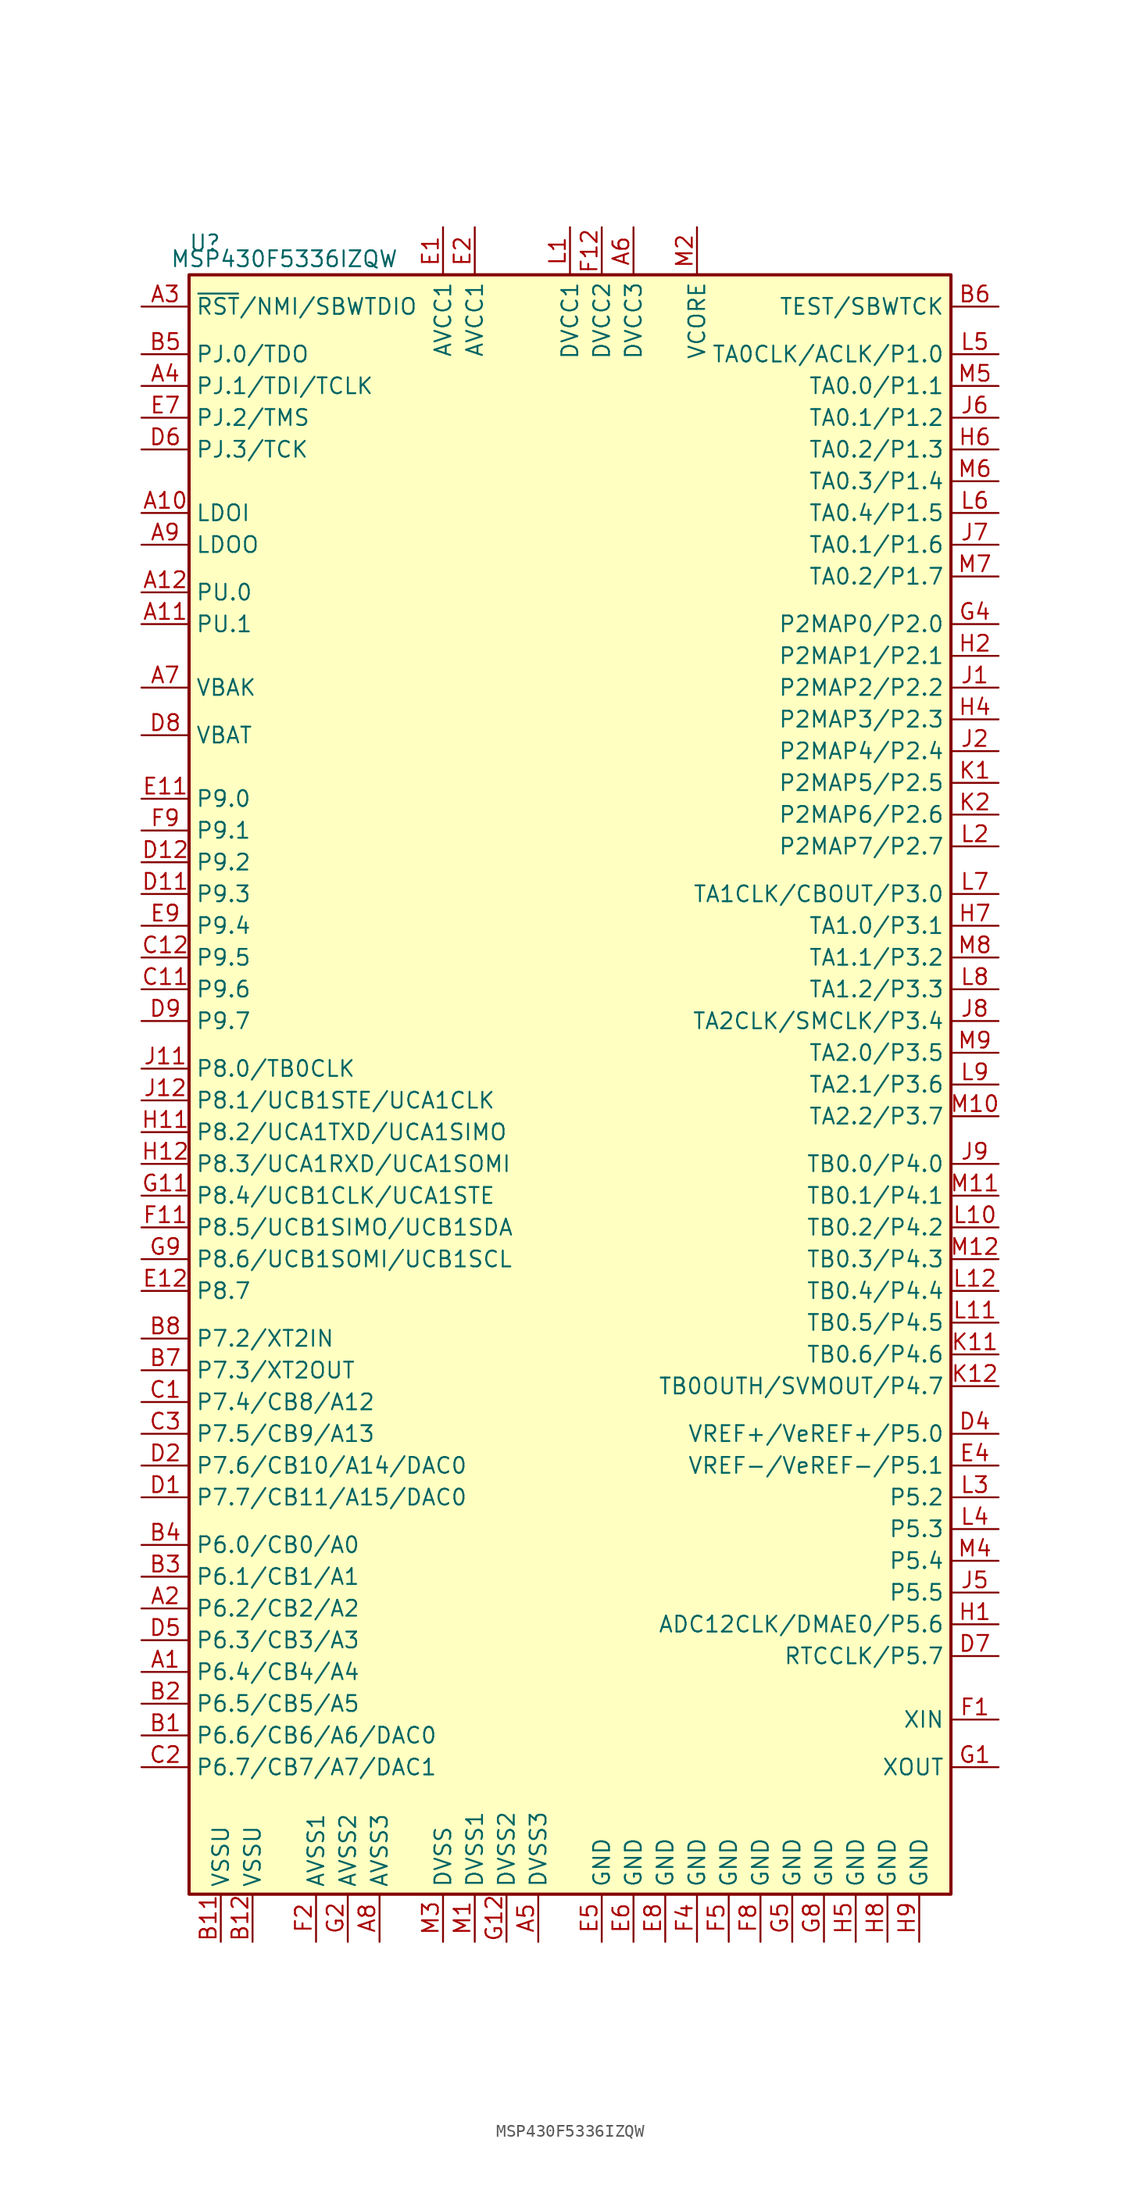
<source format=kicad_sym>
(kicad_symbol_lib
  (version 20201005)
  (generator kicad_symbol_editor)
  (symbol "MSP430F5336IZQW"
    (property "Reference" "U"
      (at -29.21 67.31 0)
      (effects (font (size 1.27 1.27))))
    (property "Value" "MSP430F5336IZQW"
      (at -22.86 66.04 0)
      (effects (font (size 1.27 1.27))))
    (symbol "MSP430F5336IZQW_0_1"
      (rectangle (start -30.48 64.77) (end 30.48 -64.77) (stroke (width 0.254)) (fill (type background))))
    (symbol "MSP430F5336IZQW_1_1"
      (pin bidirectional line (at -34.29 -46.99 0) (length 3.81) (name "P6.4/CB4/A4" (effects (font (size 1.27 1.27)))) (number "A1" (effects (font (size 1.27 1.27)))))
      (pin bidirectional line (at -34.29 45.72 0) (length 3.81) (name "LDOI" (effects (font (size 1.27 1.27)))) (number "A10" (effects (font (size 1.27 1.27)))))
      (pin bidirectional line (at -34.29 36.83 0) (length 3.81) (name "PU.1" (effects (font (size 1.27 1.27)))) (number "A11" (effects (font (size 1.27 1.27)))))
      (pin bidirectional line (at -34.29 39.37 0) (length 3.81) (name "PU.0" (effects (font (size 1.27 1.27)))) (number "A12" (effects (font (size 1.27 1.27)))))
      (pin bidirectional line (at -34.29 -41.91 0) (length 3.81) (name "P6.2/CB2/A2" (effects (font (size 1.27 1.27)))) (number "A2" (effects (font (size 1.27 1.27)))))
      (pin input line (at -34.29 62.23 0) (length 3.81) (name "~RST~/NMI/SBWTDIO" (effects (font (size 1.27 1.27)))) (number "A3" (effects (font (size 1.27 1.27)))))
      (pin bidirectional line (at -34.29 55.88 0) (length 3.81) (name "PJ.1/TDI/TCLK" (effects (font (size 1.27 1.27)))) (number "A4" (effects (font (size 1.27 1.27)))))
      (pin power_in line (at -2.54 -68.58 90) (length 3.81) (name "DVSS3" (effects (font (size 1.27 1.27)))) (number "A5" (effects (font (size 1.27 1.27)))))
      (pin power_in line (at 5.08 68.58 270) (length 3.81) (name "DVCC3" (effects (font (size 1.27 1.27)))) (number "A6" (effects (font (size 1.27 1.27)))))
      (pin bidirectional line (at -34.29 31.75 0) (length 3.81) (name "VBAK" (effects (font (size 1.27 1.27)))) (number "A7" (effects (font (size 1.27 1.27)))))
      (pin power_in line (at -15.24 -68.58 90) (length 3.81) (name "AVSS3" (effects (font (size 1.27 1.27)))) (number "A8" (effects (font (size 1.27 1.27)))))
      (pin bidirectional line (at -34.29 43.18 0) (length 3.81) (name "LDOO" (effects (font (size 1.27 1.27)))) (number "A9" (effects (font (size 1.27 1.27)))))
      (pin bidirectional line (at -34.29 -52.07 0) (length 3.81) (name "P6.6/CB6/A6/DAC0" (effects (font (size 1.27 1.27)))) (number "B1" (effects (font (size 1.27 1.27)))))
      (pin power_in line (at -27.94 -68.58 90) (length 3.81) (name "VSSU" (effects (font (size 1.27 1.27)))) (number "B11" (effects (font (size 1.27 1.27)))))
      (pin power_in line (at -25.4 -68.58 90) (length 3.81) (name "VSSU" (effects (font (size 1.27 1.27)))) (number "B12" (effects (font (size 1.27 1.27)))))
      (pin bidirectional line (at -34.29 -49.53 0) (length 3.81) (name "P6.5/CB5/A5" (effects (font (size 1.27 1.27)))) (number "B2" (effects (font (size 1.27 1.27)))))
      (pin bidirectional line (at -34.29 -39.37 0) (length 3.81) (name "P6.1/CB1/A1" (effects (font (size 1.27 1.27)))) (number "B3" (effects (font (size 1.27 1.27)))))
      (pin bidirectional line (at -34.29 -36.83 0) (length 3.81) (name "P6.0/CB0/A0" (effects (font (size 1.27 1.27)))) (number "B4" (effects (font (size 1.27 1.27)))))
      (pin bidirectional line (at -34.29 58.42 0) (length 3.81) (name "PJ.0/TDO" (effects (font (size 1.27 1.27)))) (number "B5" (effects (font (size 1.27 1.27)))))
      (pin input line (at 34.29 62.23 180) (length 3.81) (name "TEST/SBWTCK" (effects (font (size 1.27 1.27)))) (number "B6" (effects (font (size 1.27 1.27)))))
      (pin bidirectional line (at -34.29 -22.86 0) (length 3.81) (name "P7.3/XT2OUT" (effects (font (size 1.27 1.27)))) (number "B7" (effects (font (size 1.27 1.27)))))
      (pin bidirectional line (at -34.29 -20.32 0) (length 3.81) (name "P7.2/XT2IN" (effects (font (size 1.27 1.27)))) (number "B8" (effects (font (size 1.27 1.27)))))
      (pin bidirectional line (at -34.29 -25.4 0) (length 3.81) (name "P7.4/CB8/A12" (effects (font (size 1.27 1.27)))) (number "C1" (effects (font (size 1.27 1.27)))))
      (pin bidirectional line (at -34.29 7.62 0) (length 3.81) (name "P9.6" (effects (font (size 1.27 1.27)))) (number "C11" (effects (font (size 1.27 1.27)))))
      (pin bidirectional line (at -34.29 10.16 0) (length 3.81) (name "P9.5" (effects (font (size 1.27 1.27)))) (number "C12" (effects (font (size 1.27 1.27)))))
      (pin bidirectional line (at -34.29 -54.61 0) (length 3.81) (name "P6.7/CB7/A7/DAC1" (effects (font (size 1.27 1.27)))) (number "C2" (effects (font (size 1.27 1.27)))))
      (pin bidirectional line (at -34.29 -27.94 0) (length 3.81) (name "P7.5/CB9/A13" (effects (font (size 1.27 1.27)))) (number "C3" (effects (font (size 1.27 1.27)))))
      (pin bidirectional line (at -34.29 -33.02 0) (length 3.81) (name "P7.7/CB11/A15/DAC0" (effects (font (size 1.27 1.27)))) (number "D1" (effects (font (size 1.27 1.27)))))
      (pin bidirectional line (at -34.29 15.24 0) (length 3.81) (name "P9.3" (effects (font (size 1.27 1.27)))) (number "D11" (effects (font (size 1.27 1.27)))))
      (pin bidirectional line (at -34.29 17.78 0) (length 3.81) (name "P9.2" (effects (font (size 1.27 1.27)))) (number "D12" (effects (font (size 1.27 1.27)))))
      (pin bidirectional line (at -34.29 -30.48 0) (length 3.81) (name "P7.6/CB10/A14/DAC0" (effects (font (size 1.27 1.27)))) (number "D2" (effects (font (size 1.27 1.27)))))
      (pin bidirectional line (at 34.29 -27.94 180) (length 3.81) (name "VREF+/VeREF+/P5.0" (effects (font (size 1.27 1.27)))) (number "D4" (effects (font (size 1.27 1.27)))))
      (pin bidirectional line (at -34.29 -44.45 0) (length 3.81) (name "P6.3/CB3/A3" (effects (font (size 1.27 1.27)))) (number "D5" (effects (font (size 1.27 1.27)))))
      (pin bidirectional line (at -34.29 50.8 0) (length 3.81) (name "PJ.3/TCK" (effects (font (size 1.27 1.27)))) (number "D6" (effects (font (size 1.27 1.27)))))
      (pin bidirectional line (at 34.29 -45.72 180) (length 3.81) (name "RTCCLK/P5.7" (effects (font (size 1.27 1.27)))) (number "D7" (effects (font (size 1.27 1.27)))))
      (pin bidirectional line (at -34.29 27.94 0) (length 3.81) (name "VBAT" (effects (font (size 1.27 1.27)))) (number "D8" (effects (font (size 1.27 1.27)))))
      (pin bidirectional line (at -34.29 5.08 0) (length 3.81) (name "P9.7" (effects (font (size 1.27 1.27)))) (number "D9" (effects (font (size 1.27 1.27)))))
      (pin power_in line (at -10.16 68.58 270) (length 3.81) (name "AVCC1" (effects (font (size 1.27 1.27)))) (number "E1" (effects (font (size 1.27 1.27)))))
      (pin bidirectional line (at -34.29 22.86 0) (length 3.81) (name "P9.0" (effects (font (size 1.27 1.27)))) (number "E11" (effects (font (size 1.27 1.27)))))
      (pin bidirectional line (at -34.29 -16.51 0) (length 3.81) (name "P8.7" (effects (font (size 1.27 1.27)))) (number "E12" (effects (font (size 1.27 1.27)))))
      (pin power_in line (at -7.62 68.58 270) (length 3.81) (name "AVCC1" (effects (font (size 1.27 1.27)))) (number "E2" (effects (font (size 1.27 1.27)))))
      (pin bidirectional line (at 34.29 -30.48 180) (length 3.81) (name "VREF-/VeREF-/P5.1" (effects (font (size 1.27 1.27)))) (number "E4" (effects (font (size 1.27 1.27)))))
      (pin power_in line (at 2.54 -68.58 90) (length 3.81) (name "GND" (effects (font (size 1.27 1.27)))) (number "E5" (effects (font (size 1.27 1.27)))))
      (pin power_in line (at 5.08 -68.58 90) (length 3.81) (name "GND" (effects (font (size 1.27 1.27)))) (number "E6" (effects (font (size 1.27 1.27)))))
      (pin bidirectional line (at -34.29 53.34 0) (length 3.81) (name "PJ.2/TMS" (effects (font (size 1.27 1.27)))) (number "E7" (effects (font (size 1.27 1.27)))))
      (pin power_in line (at 7.62 -68.58 90) (length 3.81) (name "GND" (effects (font (size 1.27 1.27)))) (number "E8" (effects (font (size 1.27 1.27)))))
      (pin bidirectional line (at -34.29 12.7 0) (length 3.81) (name "P9.4" (effects (font (size 1.27 1.27)))) (number "E9" (effects (font (size 1.27 1.27)))))
      (pin bidirectional line (at 34.29 -50.8 180) (length 3.81) (name "XIN" (effects (font (size 1.27 1.27)))) (number "F1" (effects (font (size 1.27 1.27)))))
      (pin bidirectional line (at -34.29 -11.43 0) (length 3.81) (name "P8.5/UCB1SIMO/UCB1SDA" (effects (font (size 1.27 1.27)))) (number "F11" (effects (font (size 1.27 1.27)))))
      (pin power_in line (at 2.54 68.58 270) (length 3.81) (name "DVCC2" (effects (font (size 1.27 1.27)))) (number "F12" (effects (font (size 1.27 1.27)))))
      (pin power_in line (at -20.32 -68.58 90) (length 3.81) (name "AVSS1" (effects (font (size 1.27 1.27)))) (number "F2" (effects (font (size 1.27 1.27)))))
      (pin power_in line (at 10.16 -68.58 90) (length 3.81) (name "GND" (effects (font (size 1.27 1.27)))) (number "F4" (effects (font (size 1.27 1.27)))))
      (pin power_in line (at 12.7 -68.58 90) (length 3.81) (name "GND" (effects (font (size 1.27 1.27)))) (number "F5" (effects (font (size 1.27 1.27)))))
      (pin power_in line (at 15.24 -68.58 90) (length 3.81) (name "GND" (effects (font (size 1.27 1.27)))) (number "F8" (effects (font (size 1.27 1.27)))))
      (pin bidirectional line (at -34.29 20.32 0) (length 3.81) (name "P9.1" (effects (font (size 1.27 1.27)))) (number "F9" (effects (font (size 1.27 1.27)))))
      (pin bidirectional line (at 34.29 -54.61 180) (length 3.81) (name "XOUT" (effects (font (size 1.27 1.27)))) (number "G1" (effects (font (size 1.27 1.27)))))
      (pin bidirectional line (at -34.29 -8.89 0) (length 3.81) (name "P8.4/UCB1CLK/UCA1STE" (effects (font (size 1.27 1.27)))) (number "G11" (effects (font (size 1.27 1.27)))))
      (pin power_in line (at -5.08 -68.58 90) (length 3.81) (name "DVSS2" (effects (font (size 1.27 1.27)))) (number "G12" (effects (font (size 1.27 1.27)))))
      (pin power_in line (at -17.78 -68.58 90) (length 3.81) (name "AVSS2" (effects (font (size 1.27 1.27)))) (number "G2" (effects (font (size 1.27 1.27)))))
      (pin bidirectional line (at 34.29 36.83 180) (length 3.81) (name "P2MAP0/P2.0" (effects (font (size 1.27 1.27)))) (number "G4" (effects (font (size 1.27 1.27)))))
      (pin power_in line (at 17.78 -68.58 90) (length 3.81) (name "GND" (effects (font (size 1.27 1.27)))) (number "G5" (effects (font (size 1.27 1.27)))))
      (pin power_in line (at 20.32 -68.58 90) (length 3.81) (name "GND" (effects (font (size 1.27 1.27)))) (number "G8" (effects (font (size 1.27 1.27)))))
      (pin bidirectional line (at -34.29 -13.97 0) (length 3.81) (name "P8.6/UCB1SOMI/UCB1SCL" (effects (font (size 1.27 1.27)))) (number "G9" (effects (font (size 1.27 1.27)))))
      (pin bidirectional line (at 34.29 -43.18 180) (length 3.81) (name "ADC12CLK/DMAE0/P5.6" (effects (font (size 1.27 1.27)))) (number "H1" (effects (font (size 1.27 1.27)))))
      (pin bidirectional line (at -34.29 -3.81 0) (length 3.81) (name "P8.2/UCA1TXD/UCA1SIMO" (effects (font (size 1.27 1.27)))) (number "H11" (effects (font (size 1.27 1.27)))))
      (pin bidirectional line (at -34.29 -6.35 0) (length 3.81) (name "P8.3/UCA1RXD/UCA1SOMI" (effects (font (size 1.27 1.27)))) (number "H12" (effects (font (size 1.27 1.27)))))
      (pin bidirectional line (at 34.29 34.29 180) (length 3.81) (name "P2MAP1/P2.1" (effects (font (size 1.27 1.27)))) (number "H2" (effects (font (size 1.27 1.27)))))
      (pin bidirectional line (at 34.29 29.21 180) (length 3.81) (name "P2MAP3/P2.3" (effects (font (size 1.27 1.27)))) (number "H4" (effects (font (size 1.27 1.27)))))
      (pin power_in line (at 22.86 -68.58 90) (length 3.81) (name "GND" (effects (font (size 1.27 1.27)))) (number "H5" (effects (font (size 1.27 1.27)))))
      (pin bidirectional line (at 34.29 50.8 180) (length 3.81) (name "TA0.2/P1.3" (effects (font (size 1.27 1.27)))) (number "H6" (effects (font (size 1.27 1.27)))))
      (pin bidirectional line (at 34.29 12.7 180) (length 3.81) (name "TA1.0/P3.1" (effects (font (size 1.27 1.27)))) (number "H7" (effects (font (size 1.27 1.27)))))
      (pin power_in line (at 25.4 -68.58 90) (length 3.81) (name "GND" (effects (font (size 1.27 1.27)))) (number "H8" (effects (font (size 1.27 1.27)))))
      (pin power_in line (at 27.94 -68.58 90) (length 3.81) (name "GND" (effects (font (size 1.27 1.27)))) (number "H9" (effects (font (size 1.27 1.27)))))
      (pin bidirectional line (at 34.29 31.75 180) (length 3.81) (name "P2MAP2/P2.2" (effects (font (size 1.27 1.27)))) (number "J1" (effects (font (size 1.27 1.27)))))
      (pin bidirectional line (at -34.29 1.27 0) (length 3.81) (name "P8.0/TB0CLK" (effects (font (size 1.27 1.27)))) (number "J11" (effects (font (size 1.27 1.27)))))
      (pin bidirectional line (at -34.29 -1.27 0) (length 3.81) (name "P8.1/UCB1STE/UCA1CLK" (effects (font (size 1.27 1.27)))) (number "J12" (effects (font (size 1.27 1.27)))))
      (pin bidirectional line (at 34.29 26.67 180) (length 3.81) (name "P2MAP4/P2.4" (effects (font (size 1.27 1.27)))) (number "J2" (effects (font (size 1.27 1.27)))))
      (pin bidirectional line (at 34.29 -40.64 180) (length 3.81) (name "P5.5" (effects (font (size 1.27 1.27)))) (number "J5" (effects (font (size 1.27 1.27)))))
      (pin bidirectional line (at 34.29 53.34 180) (length 3.81) (name "TA0.1/P1.2" (effects (font (size 1.27 1.27)))) (number "J6" (effects (font (size 1.27 1.27)))))
      (pin bidirectional line (at 34.29 43.18 180) (length 3.81) (name "TA0.1/P1.6" (effects (font (size 1.27 1.27)))) (number "J7" (effects (font (size 1.27 1.27)))))
      (pin bidirectional line (at 34.29 5.08 180) (length 3.81) (name "TA2CLK/SMCLK/P3.4" (effects (font (size 1.27 1.27)))) (number "J8" (effects (font (size 1.27 1.27)))))
      (pin bidirectional line (at 34.29 -6.35 180) (length 3.81) (name "TB0.0/P4.0" (effects (font (size 1.27 1.27)))) (number "J9" (effects (font (size 1.27 1.27)))))
      (pin bidirectional line (at 34.29 24.13 180) (length 3.81) (name "P2MAP5/P2.5" (effects (font (size 1.27 1.27)))) (number "K1" (effects (font (size 1.27 1.27)))))
      (pin bidirectional line (at 34.29 -21.59 180) (length 3.81) (name "TB0.6/P4.6" (effects (font (size 1.27 1.27)))) (number "K11" (effects (font (size 1.27 1.27)))))
      (pin bidirectional line (at 34.29 -24.13 180) (length 3.81) (name "TB0OUTH/SVMOUT/P4.7" (effects (font (size 1.27 1.27)))) (number "K12" (effects (font (size 1.27 1.27)))))
      (pin bidirectional line (at 34.29 21.59 180) (length 3.81) (name "P2MAP6/P2.6" (effects (font (size 1.27 1.27)))) (number "K2" (effects (font (size 1.27 1.27)))))
      (pin power_in line (at 0 68.58 270) (length 3.81) (name "DVCC1" (effects (font (size 1.27 1.27)))) (number "L1" (effects (font (size 1.27 1.27)))))
      (pin bidirectional line (at 34.29 -11.43 180) (length 3.81) (name "TB0.2/P4.2" (effects (font (size 1.27 1.27)))) (number "L10" (effects (font (size 1.27 1.27)))))
      (pin bidirectional line (at 34.29 -19.05 180) (length 3.81) (name "TB0.5/P4.5" (effects (font (size 1.27 1.27)))) (number "L11" (effects (font (size 1.27 1.27)))))
      (pin bidirectional line (at 34.29 -16.51 180) (length 3.81) (name "TB0.4/P4.4" (effects (font (size 1.27 1.27)))) (number "L12" (effects (font (size 1.27 1.27)))))
      (pin bidirectional line (at 34.29 19.05 180) (length 3.81) (name "P2MAP7/P2.7" (effects (font (size 1.27 1.27)))) (number "L2" (effects (font (size 1.27 1.27)))))
      (pin bidirectional line (at 34.29 -33.02 180) (length 3.81) (name "P5.2" (effects (font (size 1.27 1.27)))) (number "L3" (effects (font (size 1.27 1.27)))))
      (pin bidirectional line (at 34.29 -35.56 180) (length 3.81) (name "P5.3" (effects (font (size 1.27 1.27)))) (number "L4" (effects (font (size 1.27 1.27)))))
      (pin bidirectional line (at 34.29 58.42 180) (length 3.81) (name "TA0CLK/ACLK/P1.0" (effects (font (size 1.27 1.27)))) (number "L5" (effects (font (size 1.27 1.27)))))
      (pin bidirectional line (at 34.29 45.72 180) (length 3.81) (name "TA0.4/P1.5" (effects (font (size 1.27 1.27)))) (number "L6" (effects (font (size 1.27 1.27)))))
      (pin bidirectional line (at 34.29 15.24 180) (length 3.81) (name "TA1CLK/CBOUT/P3.0" (effects (font (size 1.27 1.27)))) (number "L7" (effects (font (size 1.27 1.27)))))
      (pin bidirectional line (at 34.29 7.62 180) (length 3.81) (name "TA1.2/P3.3" (effects (font (size 1.27 1.27)))) (number "L8" (effects (font (size 1.27 1.27)))))
      (pin bidirectional line (at 34.29 0 180) (length 3.81) (name "TA2.1/P3.6" (effects (font (size 1.27 1.27)))) (number "L9" (effects (font (size 1.27 1.27)))))
      (pin power_in line (at -7.62 -68.58 90) (length 3.81) (name "DVSS1" (effects (font (size 1.27 1.27)))) (number "M1" (effects (font (size 1.27 1.27)))))
      (pin bidirectional line (at 34.29 -2.54 180) (length 3.81) (name "TA2.2/P3.7" (effects (font (size 1.27 1.27)))) (number "M10" (effects (font (size 1.27 1.27)))))
      (pin bidirectional line (at 34.29 -8.89 180) (length 3.81) (name "TB0.1/P4.1" (effects (font (size 1.27 1.27)))) (number "M11" (effects (font (size 1.27 1.27)))))
      (pin bidirectional line (at 34.29 -13.97 180) (length 3.81) (name "TB0.3/P4.3" (effects (font (size 1.27 1.27)))) (number "M12" (effects (font (size 1.27 1.27)))))
      (pin bidirectional line (at 10.16 68.58 270) (length 3.81) (name "VCORE" (effects (font (size 1.27 1.27)))) (number "M2" (effects (font (size 1.27 1.27)))))
      (pin power_in line (at -10.16 -68.58 90) (length 3.81) (name "DVSS" (effects (font (size 1.27 1.27)))) (number "M3" (effects (font (size 1.27 1.27)))))
      (pin bidirectional line (at 34.29 -38.1 180) (length 3.81) (name "P5.4" (effects (font (size 1.27 1.27)))) (number "M4" (effects (font (size 1.27 1.27)))))
      (pin bidirectional line (at 34.29 55.88 180) (length 3.81) (name "TA0.0/P1.1" (effects (font (size 1.27 1.27)))) (number "M5" (effects (font (size 1.27 1.27)))))
      (pin bidirectional line (at 34.29 48.26 180) (length 3.81) (name "TA0.3/P1.4" (effects (font (size 1.27 1.27)))) (number "M6" (effects (font (size 1.27 1.27)))))
      (pin bidirectional line (at 34.29 40.64 180) (length 3.81) (name "TA0.2/P1.7" (effects (font (size 1.27 1.27)))) (number "M7" (effects (font (size 1.27 1.27)))))
      (pin bidirectional line (at 34.29 10.16 180) (length 3.81) (name "TA1.1/P3.2" (effects (font (size 1.27 1.27)))) (number "M8" (effects (font (size 1.27 1.27)))))
      (pin bidirectional line (at 34.29 2.54 180) (length 3.81) (name "TA2.0/P3.5" (effects (font (size 1.27 1.27)))) (number "M9" (effects (font (size 1.27 1.27))))))))
</source>
